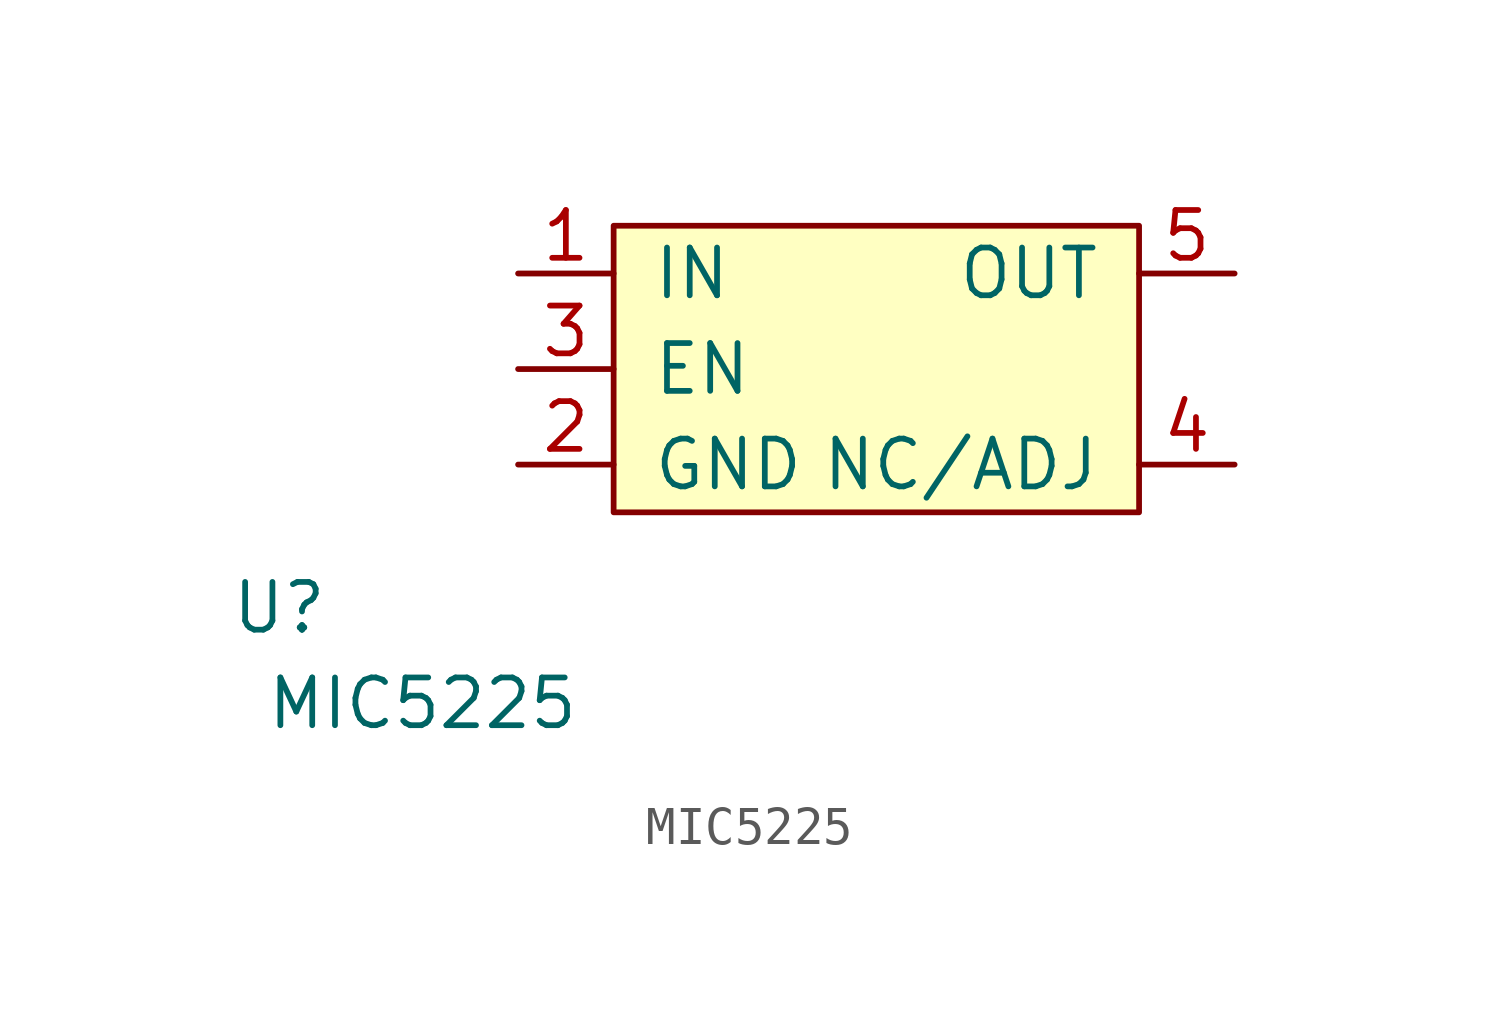
<source format=kicad_sym>
(kicad_symbol_lib
  (version 20211014)
  (generator kicad_symbol_editor)
  (symbol "MIC5225"
    (pin_names
      (offset 1.016))
    (property "Reference" "U"
      (at -8.89 -2.54 0)
      (effects (font (size 1.27 1.27))))
    (property "Value" "MIC5225"
      (at -5.08 -5.08 0)
      (effects (font (size 1.27 1.27))))
    (symbol "MIC5225_0_1"
      (rectangle (start 0 0) (end 13.97 7.62) (stroke (width 0) (type default) (color 0 0 0 0)) (fill (type background))))
    (symbol "MIC5225_1_1"
      (pin input line (at -2.54 6.35 0) (length 2.54) (name "IN" (effects (font (size 1.27 1.27)))) (number "1" (effects (font (size 1.27 1.27)))))
      (pin input line (at -2.54 1.27 0) (length 2.54) (name "GND" (effects (font (size 1.27 1.27)))) (number "2" (effects (font (size 1.27 1.27)))))
      (pin input line (at -2.54 3.81 0) (length 2.54) (name "EN" (effects (font (size 1.27 1.27)))) (number "3" (effects (font (size 1.27 1.27)))))
      (pin input line (at 16.51 1.27 180) (length 2.54) (name "NC/ADJ" (effects (font (size 1.27 1.27)))) (number "4" (effects (font (size 1.27 1.27)))))
      (pin input line (at 16.51 6.35 180) (length 2.54) (name "OUT" (effects (font (size 1.27 1.27)))) (number "5" (effects (font (size 1.27 1.27))))))))
</source>
